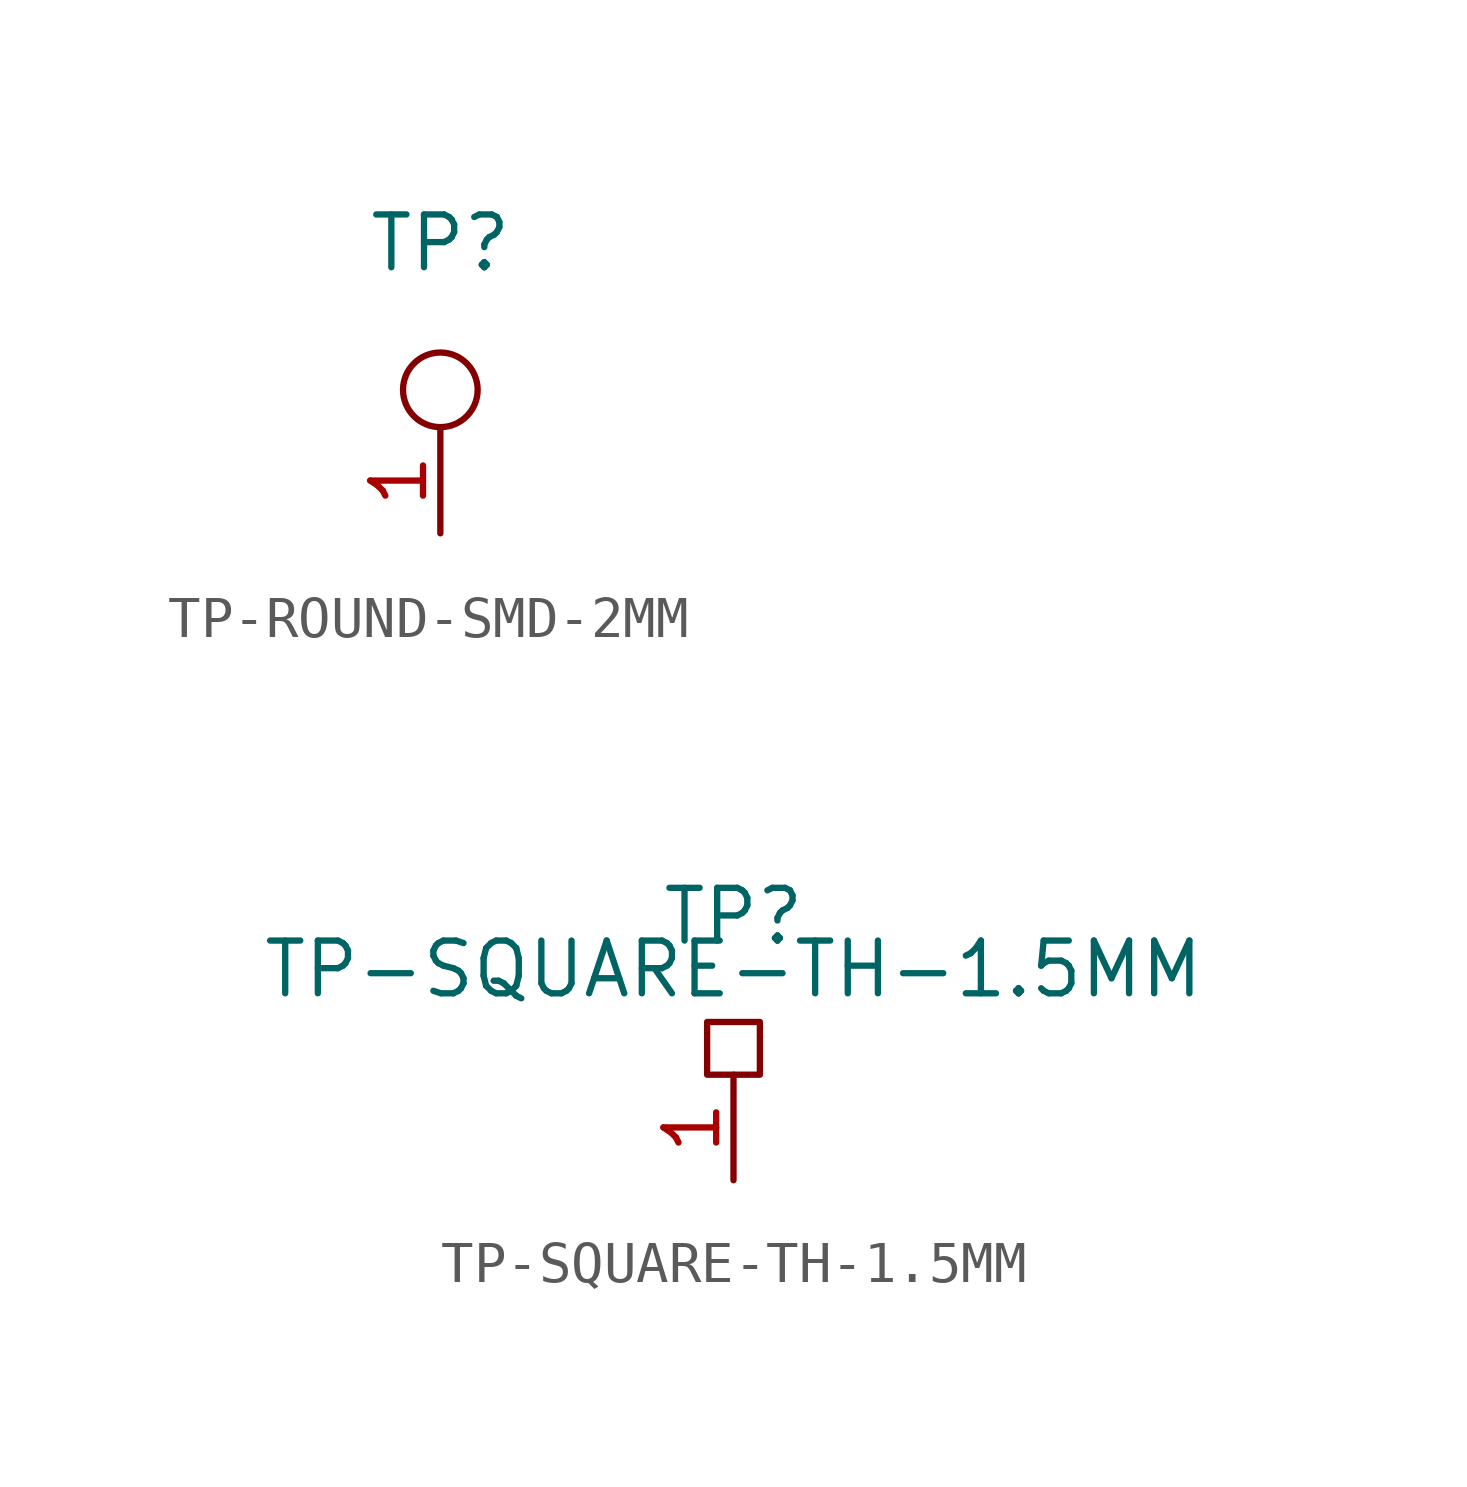
<source format=kicad_sym>
(kicad_symbol_lib
  (version 20220914)
  (generator kicad_symbol_editor)
  (symbol "TP-ROUND-SMD-2MM"
    (property "Reference" "TP"
      (at 0 0 0)
      (effects (font (size 1.27 1.27))))
    (symbol "TP-ROUND-SMD-2MM_0_1"
      (circle (center 0 -3.531) (radius 0.898) (stroke (width 0) (type default)) (fill (type none))))
    (symbol "TP-ROUND-SMD-2MM_1_1"
      (pin passive line (at 0 -6.985 90) (length 2.54) (name "" (effects (font (size 1.27 1.27)))) (number "1" (effects (font (size 1.27 1.27)))))))
  (symbol "TP-SQUARE-TH-1.5MM"
    (property "Reference" "TP"
      (at 0 0 0)
      (effects (font (size 1.27 1.27))))
    (property "Value" "TP-SQUARE-TH-1.5MM"
      (at 0 -1.27 0)
      (effects (font (size 1.27 1.27))))
    (symbol "TP-SQUARE-TH-1.5MM_0_1"
      (rectangle (start -0.635 -2.54) (end 0.635 -3.81) (stroke (width 0) (type default)) (fill (type none))))
    (symbol "TP-SQUARE-TH-1.5MM_1_1"
      (pin passive line (at 0 -6.35 90) (length 2.54) (name "" (effects (font (size 1.27 1.27)))) (number "1" (effects (font (size 1.27 1.27))))))))
</source>
